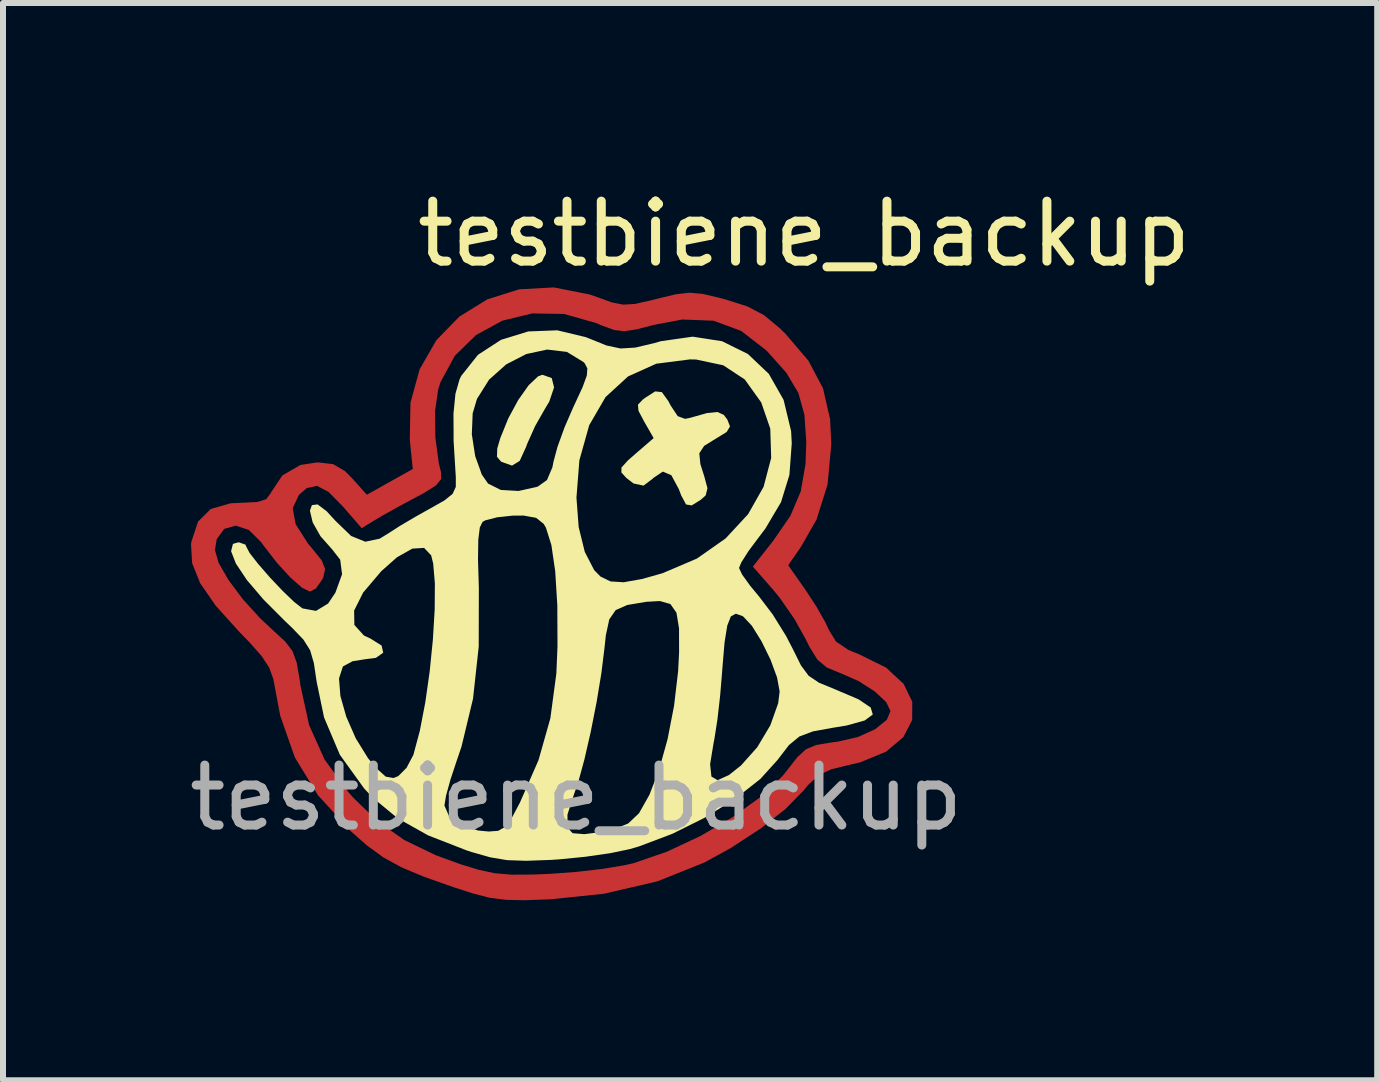
<source format=kicad_pcb>
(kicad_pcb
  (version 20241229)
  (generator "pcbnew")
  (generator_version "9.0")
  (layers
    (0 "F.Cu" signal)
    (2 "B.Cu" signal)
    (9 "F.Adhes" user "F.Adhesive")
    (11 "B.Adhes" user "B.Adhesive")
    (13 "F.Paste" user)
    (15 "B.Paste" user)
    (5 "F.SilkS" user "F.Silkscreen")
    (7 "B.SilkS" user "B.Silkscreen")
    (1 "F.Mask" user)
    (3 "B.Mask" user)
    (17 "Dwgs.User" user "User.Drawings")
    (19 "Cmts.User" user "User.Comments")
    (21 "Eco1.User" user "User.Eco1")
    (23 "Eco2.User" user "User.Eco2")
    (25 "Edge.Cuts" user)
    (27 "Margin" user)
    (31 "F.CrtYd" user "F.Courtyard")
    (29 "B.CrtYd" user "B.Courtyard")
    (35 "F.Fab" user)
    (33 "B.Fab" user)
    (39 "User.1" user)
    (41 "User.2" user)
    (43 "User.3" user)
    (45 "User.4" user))
  (footprint "testbiene_backup"
    (layer "F.Cu")
    (at 6.554 7.748)
    (property "Reference" "testbiene_backup" (at 3.8 -6.9 0) (unlocked yes) (layer "F.SilkS") (effects (font (size 1 1) (thickness 0.15))))
    (attr smd)
    (fp_poly (pts (xy -0.407 -4.496) (xy -0.368 -4.34) (xy -0.448 -4.104) (xy -0.522 -3.98) (xy -0.683 -3.697) (xy -0.816 -3.4) (xy -0.835 -3.347) (xy -0.941 -3.115) (xy -1.069 -3.037) (xy -1.244 -3.099) (xy -1.253 -3.105) (xy -1.32 -3.184) (xy -1.315 -3.323) (xy -1.264 -3.496) (xy -1.131 -3.824) (xy -0.965 -4.131) (xy -0.791 -4.377) (xy -0.634 -4.525) (xy -0.563 -4.551)) (stroke (width 0) (type solid)) (fill yes) (layer "F.SilkS"))
    (fp_poly (pts (xy 1.429 -4.261) (xy 1.537 -4.112) (xy 1.576 -4.037) (xy 1.693 -3.861) (xy 1.815 -3.816) (xy 1.896 -3.832) (xy 2.183 -3.913) (xy 2.356 -3.93) (xy 2.461 -3.882) (xy 2.519 -3.806) (xy 2.565 -3.69) (xy 2.509 -3.597) (xy 2.328 -3.486) (xy 2.133 -3.365) (xy 2.053 -3.242) (xy 2.071 -3.061) (xy 2.135 -2.86) (xy 2.189 -2.659) (xy 2.159 -2.54) (xy 2.076 -2.466) (xy 1.926 -2.373) (xy 1.832 -2.389) (xy 1.752 -2.538) (xy 1.71 -2.648) (xy 1.587 -2.876) (xy 1.445 -2.937) (xy 1.286 -2.83) (xy 1.275 -2.818) (xy 1.123 -2.703) (xy 0.956 -2.739) (xy 0.838 -2.83) (xy 0.754 -2.922) (xy 0.756 -3.005) (xy 0.863 -3.123) (xy 0.988 -3.233) (xy 1.292 -3.495) (xy 1.136 -3.767) (xy 1.039 -3.95) (xy 1.03 -4.052) (xy 1.112 -4.138) (xy 1.149 -4.166) (xy 1.318 -4.274)) (stroke (width 0) (type solid)) (fill yes) (layer "F.SilkS"))
    (fp_poly (pts (xy 0.161 -5.178) (xy 0.216 -5.156) (xy 0.506 -5.039) (xy 0.741 -4.989) (xy 0.986 -5.004) (xy 1.307 -5.08) (xy 1.415 -5.111) (xy 1.943 -5.186) (xy 2.432 -5.11) (xy 2.862 -4.898) (xy 3.211 -4.567) (xy 3.458 -4.133) (xy 3.583 -3.613) (xy 3.594 -3.41) (xy 3.555 -2.881) (xy 3.415 -2.427) (xy 3.153 -1.985) (xy 3.047 -1.845) (xy 2.873 -1.612) (xy 2.753 -1.423) (xy 2.715 -1.33) (xy 2.767 -1.22) (xy 2.903 -1.031) (xy 3.048 -0.856) (xy 3.275 -0.558) (xy 3.498 -0.199) (xy 3.611 0.019) (xy 3.748 0.295) (xy 3.875 0.466) (xy 4.047 0.582) (xy 4.317 0.693) (xy 4.333 0.7) (xy 4.705 0.858) (xy 4.909 0.995) (xy 4.945 1.112) (xy 4.812 1.211) (xy 4.512 1.295) (xy 4.281 1.333) (xy 3.946 1.394) (xy 3.721 1.479) (xy 3.547 1.622) (xy 3.366 1.858) (xy 3.359 1.868) (xy 3.07 2.187) (xy 2.654 2.515) (xy 2.152 2.828) (xy 1.604 3.101) (xy 1.048 3.311) (xy 0.89 3.357) (xy 0.568 3.424) (xy 0.151 3.484) (xy -0.285 3.527) (xy -0.418 3.536) (xy -0.836 3.551) (xy -1.152 3.54) (xy -1.432 3.493) (xy -1.742 3.405) (xy -1.832 3.375) (xy -2.468 3.127) (xy -2.974 2.843) (xy -3.232 2.63) (xy -2.196 2.63) (xy -2.119 2.806) (xy -1.917 2.954) (xy -1.636 3.046) (xy -1.456 3.063) (xy -1.299 3.051) (xy -1.184 2.986) (xy -1.072 2.834) (xy -1.043 2.78) (xy -0.145 2.78) (xy -0.144 3) (xy -0.058 3.091) (xy 0.137 3.107) (xy 0.415 3.071) (xy 0.704 2.995) (xy 0.867 2.929) (xy 1.048 2.758) (xy 1.223 2.448) (xy 1.385 2.026) (xy 1.408 1.942) (xy 2.233 1.942) (xy 2.255 2.147) (xy 2.358 2.207) (xy 2.546 2.122) (xy 2.748 1.962) (xy 3.019 1.658) (xy 3.237 1.292) (xy 3.368 0.924) (xy 3.392 0.727) (xy 3.349 0.495) (xy 3.24 0.198) (xy 3.09 -0.108) (xy 2.929 -0.367) (xy 2.784 -0.522) (xy 2.776 -0.527) (xy 2.662 -0.568) (xy 2.579 -0.523) (xy 2.519 -0.37) (xy 2.474 -0.091) (xy 2.438 0.335) (xy 2.434 0.394) (xy 2.4 0.8) (xy 2.355 1.195) (xy 2.306 1.511) (xy 2.291 1.587) (xy 2.233 1.942) (xy 1.408 1.942) (xy 1.524 1.523) (xy 1.632 0.968) (xy 1.7 0.39) (xy 1.716 0.079) (xy 1.715 -0.324) (xy 1.672 -0.585) (xy 1.571 -0.729) (xy 1.396 -0.779) (xy 1.166 -0.766) (xy 0.852 -0.713) (xy 0.659 -0.628) (xy 0.552 -0.473) (xy 0.495 -0.207) (xy 0.473 -0.003) (xy 0.421 0.42) (xy 0.341 0.905) (xy 0.243 1.402) (xy 0.137 1.864) (xy 0.034 2.242) (xy -0.037 2.445) (xy -0.145 2.78) (xy -1.043 2.78) (xy -0.937 2.58) (xy -0.627 1.872) (xy -0.43 1.176) (xy -0.33 0.429) (xy -0.311 -0.021) (xy -0.314 -0.707) (xy -0.349 -1.276) (xy -0.413 -1.713) (xy -0.504 -2.003) (xy -0.541 -2.065) (xy -0.667 -2.166) (xy -0.877 -2.204) (xy -1.055 -2.203) (xy -1.316 -2.175) (xy -1.512 -2.125) (xy -1.56 -2.099) (xy -1.606 -2.005) (xy -1.631 -1.803) (xy -1.636 -1.473) (xy -1.622 -0.997) (xy -1.624 -0.02) (xy -1.719 0.849) (xy -1.911 1.647) (xy -1.994 1.892) (xy -2.096 2.2) (xy -2.169 2.466) (xy -2.196 2.63) (xy -3.232 2.63) (xy -3.39 2.499) (xy -3.534 2.345) (xy -3.939 1.783) (xy -4.202 1.162) (xy -4.325 0.57) (xy -4.334 0.512) (xy -3.953 0.512) (xy -3.93 0.803) (xy -3.832 1.149) (xy -3.674 1.509) (xy -3.469 1.841) (xy -3.336 2.003) (xy -3.174 2.148) (xy -3.044 2.171) (xy -2.965 2.139) (xy -2.827 2.001) (xy -2.714 1.786) (xy -2.71 1.773) (xy -2.606 1.385) (xy -2.515 0.912) (xy -2.441 0.391) (xy -2.388 -0.138) (xy -2.358 -0.639) (xy -2.355 -1.074) (xy -2.383 -1.404) (xy -2.417 -1.541) (xy -2.535 -1.665) (xy -2.73 -1.653) (xy -2.985 -1.51) (xy -3.248 -1.277) (xy -3.551 -0.92) (xy -3.701 -0.62) (xy -3.697 -0.381) (xy -3.538 -0.205) (xy -3.426 -0.152) (xy -3.243 -0.037) (xy -3.216 0.082) (xy -3.338 0.168) (xy -3.498 0.188) (xy -3.726 0.224) (xy -3.885 0.31) (xy -3.89 0.316) (xy -3.953 0.512) (xy -4.334 0.512) (xy -4.372 0.255) (xy -4.435 0.04) (xy -4.546 -0.136) (xy -4.737 -0.335) (xy -4.855 -0.447) (xy -5.214 -0.807) (xy -5.49 -1.131) (xy -5.672 -1.404) (xy -5.752 -1.61) (xy -5.721 -1.732) (xy -5.625 -1.759) (xy -5.512 -1.719) (xy -5.498 -1.684) (xy -5.443 -1.58) (xy -5.3 -1.397) (xy -5.107 -1.175) (xy -4.896 -0.952) (xy -4.705 -0.768) (xy -4.568 -0.66) (xy -4.563 -0.657) (xy -4.337 -0.615) (xy -4.135 -0.737) (xy -4.013 -0.919) (xy -3.902 -1.226) (xy -3.933 -1.468) (xy -4.067 -1.64) (xy -4.261 -1.859) (xy -4.392 -2.09) (xy -4.438 -2.285) (xy -4.405 -2.378) (xy -4.31 -2.39) (xy -4.159 -2.276) (xy -4.01 -2.114) (xy -3.751 -1.864) (xy -3.515 -1.768) (xy -3.276 -1.818) (xy -3.129 -1.908) (xy -2.942 -2.029) (xy -2.672 -2.188) (xy -2.454 -2.31) (xy -2.197 -2.455) (xy -2.137 -2.503) (xy 0.005 -2.503) (xy 0.042 -2.013) (xy 0.144 -1.598) (xy 0.301 -1.294) (xy 0.405 -1.188) (xy 0.572 -1.106) (xy 0.792 -1.092) (xy 1.101 -1.147) (xy 1.44 -1.243) (xy 2.013 -1.487) (xy 2.492 -1.823) (xy 2.867 -2.228) (xy 3.124 -2.682) (xy 3.251 -3.164) (xy 3.236 -3.652) (xy 3.085 -4.09) (xy 2.811 -4.472) (xy 2.452 -4.709) (xy 2 -4.805) (xy 1.895 -4.807) (xy 1.335 -4.735) (xy 0.865 -4.523) (xy 0.49 -4.179) (xy 0.218 -3.711) (xy 0.054 -3.126) (xy 0.005 -2.503) (xy -2.137 -2.503) (xy -2.059 -2.566) (xy -2.006 -2.682) (xy -2.006 -2.845) (xy -2.007 -2.86) (xy -2.043 -3.452) (xy -2.043 -3.558) (xy -1.739 -3.558) (xy -1.683 -3.195) (xy -1.572 -2.886) (xy -1.468 -2.737) (xy -1.256 -2.631) (xy -0.959 -2.614) (xy -0.643 -2.685) (xy -0.486 -2.796) (xy -0.396 -3.008) (xy -0.377 -3.104) (xy -0.311 -3.35) (xy -0.192 -3.678) (xy -0.044 -4.019) (xy -0.034 -4.039) (xy 0.107 -4.344) (xy 0.178 -4.538) (xy 0.187 -4.657) (xy 0.143 -4.741) (xy 0.122 -4.763) (xy -0.154 -4.932) (xy -0.484 -4.971) (xy -0.832 -4.896) (xy -1.166 -4.724) (xy -1.451 -4.47) (xy -1.653 -4.149) (xy -1.725 -3.907) (xy -1.739 -3.558) (xy -2.043 -3.558) (xy -2.045 -3.902) (xy -2.012 -4.235) (xy -1.943 -4.476) (xy -1.915 -4.533) (xy -1.637 -4.883) (xy -1.253 -5.133) (xy -0.799 -5.273) (xy -0.315 -5.292)) (stroke (width 0) (type solid)) (fill yes) (layer "F.SilkS"))
    (fp_text user "${REFERENCE}" (at 0 2.5 0) (unlocked yes) (layer "F.Fab") (effects (font (size 1 1) (thickness 0.15))))
    (pad "1" smd custom (at -5.09 -2.14 180) (size 0.456 0.456) (layers "F.Cu" "F.Mask" "F.Paste") (options (anchor circle)) (primitives (gr_poly (pts (xy -0.276 -0.114) (xy -0.267 -0.158) (xy -0.242 -0.195) (xy -0.205 -0.219) (xy -0.162 -0.228) (xy 0.162 -0.228) (xy 0.205 -0.219) (xy 0.242 -0.195) (xy 0.267 -0.158) (xy 0.276 -0.114) (xy 0.276 0.114) (xy 0.267 0.158) (xy 0.242 0.195) (xy 0.205 0.219) (xy 0.162 0.228) (xy -0.162 0.228) (xy -0.205 0.219) (xy -0.242 0.195) (xy -0.267 0.158) (xy -0.276 0.114)) (width 0) (fill yes)) (gr_poly (pts (xy -5.317 3.749) (xy -5.44 3.706) (xy -5.686 3.617) (xy -5.872 3.58) (xy -6.065 3.591) (xy -6.332 3.65) (xy -6.445 3.679) (xy -6.751 3.752) (xy -6.976 3.779) (xy -7.194 3.76) (xy -7.477 3.694) (xy -7.585 3.665) (xy -7.948 3.549) (xy -8.221 3.405) (xy -8.483 3.188) (xy -8.576 3.098) (xy -8.962 2.645) (xy -9.205 2.185) (xy -9.323 1.67) (xy -9.343 1.251) (xy -9.281 0.582) (xy -9.098 -0.000221) (xy -8.839 -0.455) (xy -8.625 -0.765) (xy -8.913 -1.175) (xy -9.093 -1.45) (xy -9.243 -1.714) (xy -9.304 -1.845) (xy -9.421 -2.035) (xy -9.626 -2.175) (xy -9.814 -2.252) (xy -10.257 -2.471) (xy -10.549 -2.742) (xy -10.693 -3.04) (xy -10.691 -3.344) (xy -10.545 -3.628) (xy -10.257 -3.871) (xy -9.828 -4.049) (xy -9.655 -4.089) (xy -9.343 -4.165) (xy -9.133 -4.264) (xy -8.959 -4.424) (xy -8.879 -4.521) (xy -8.582 -4.825) (xy -8.165 -5.153) (xy -7.667 -5.478) (xy -7.226 -5.72) (xy -6.445 -6.033) (xy -5.555 -6.24) (xy -4.657 -6.333) (xy -4.235 -6.348) (xy -3.92 -6.342) (xy -3.652 -6.308) (xy -3.371 -6.236) (xy -3.049 -6.132) (xy -2.553 -5.957) (xy -2.177 -5.799) (xy -1.876 -5.634) (xy -1.605 -5.437) (xy -1.332 -5.196) (xy -0.788 -4.6) (xy -0.401 -3.968) (xy -0.158 -3.276) (xy -0.086 -2.896) (xy -0.042 -2.659) (xy 0.027 -2.47) (xy 0.149 -2.283) (xy 0.351 -2.054) (xy 0.523 -1.877) (xy 0.918 -1.439) (xy 1.177 -1.064) (xy 1.311 -0.731) (xy 1.324 -0.512) (xy 0.931 -0.512) (xy 0.87 -0.723) (xy 0.707 -1.007) (xy 0.468 -1.328) (xy 0.178 -1.648) (xy -0.041 -1.853) (xy -0.242 -2.038) (xy -0.363 -2.197) (xy -0.433 -2.392) (xy -0.483 -2.682) (xy -0.495 -2.772) (xy -0.639 -3.429) (xy -0.897 -4.004) (xy -1.294 -4.548) (xy -1.379 -4.643) (xy -1.787 -5.038) (xy -2.226 -5.345) (xy -2.748 -5.597) (xy -3.158 -5.747) (xy -3.466 -5.841) (xy -3.731 -5.898) (xy -4.013 -5.922) (xy -4.369 -5.92) (xy -4.657 -5.908) (xy -5.096 -5.876) (xy -5.535 -5.825) (xy -5.906 -5.763) (xy -6.05 -5.73) (xy -6.601 -5.54) (xy -7.167 -5.275) (xy -7.704 -4.96) (xy -8.171 -4.621) (xy -8.525 -4.283) (xy -8.595 -4.197) (xy -8.776 -3.965) (xy -8.92 -3.832) (xy -9.089 -3.761) (xy -9.346 -3.718) (xy -9.45 -3.705) (xy -9.788 -3.627) (xy -10.074 -3.498) (xy -10.268 -3.341) (xy -10.33 -3.195) (xy -10.257 -3.044) (xy -10.067 -2.867) (xy -9.801 -2.697) (xy -9.502 -2.565) (xy -9.49 -2.561) (xy -9.266 -2.468) (xy -9.111 -2.337) (xy -8.976 -2.118) (xy -8.915 -1.994) (xy -8.728 -1.66) (xy -8.49 -1.316) (xy -8.369 -1.167) (xy -8.035 -0.787) (xy -8.371 -0.362) (xy -8.661 0.059) (xy -8.834 0.467) (xy -8.914 0.927) (xy -8.926 1.293) (xy -8.895 1.745) (xy -8.794 2.108) (xy -8.597 2.44) (xy -8.279 2.798) (xy -8.259 2.818) (xy -7.841 3.142) (xy -7.38 3.312) (xy -6.859 3.332) (xy -6.393 3.244) (xy -6.094 3.167) (xy -5.893 3.137) (xy -5.726 3.157) (xy -5.529 3.228) (xy -5.423 3.273) (xy -4.89 3.424) (xy -4.36 3.434) (xy -3.861 3.313) (xy -3.421 3.073) (xy -3.067 2.727) (xy -2.828 2.286) (xy -2.789 2.162) (xy -2.738 1.802) (xy -2.743 1.366) (xy -2.8 0.939) (xy -2.838 0.784) (xy -2.84 0.672) (xy -2.753 0.566) (xy -2.549 0.437) (xy -2.439 0.379) (xy -2.148 0.223) (xy -1.88 0.074) (xy -1.753 -0.001) (xy -1.515 -0.146) (xy -1.202 0.215) (xy -0.961 0.459) (xy -0.77 0.559) (xy -0.601 0.523) (xy -0.469 0.408) (xy -0.365 0.187) (xy -0.414 -0.08) (xy -0.619 -0.401) (xy -0.691 -0.487) (xy -0.85 -0.685) (xy -0.905 -0.824) (xy -0.876 -0.963) (xy -0.861 -0.996) (xy -0.753 -1.151) (xy -0.654 -1.204) (xy -0.522 -1.14) (xy -0.326 -0.968) (xy -0.101 -0.722) (xy 0.122 -0.434) (xy 0.161 -0.379) (xy 0.366 -0.176) (xy 0.584 -0.104) (xy 0.776 -0.158) (xy 0.902 -0.33) (xy 0.931 -0.512) (xy 1.324 -0.512) (xy 1.33 -0.42) (xy 1.324 -0.373) (xy 1.213 -0.037) (xy 1.002 0.173) (xy 0.674 0.268) (xy 0.494 0.277) (xy 0.224 0.29) (xy 0.076 0.337) (xy 0.002 0.436) (xy -0.002 0.447) (xy -0.193 0.733) (xy -0.493 0.907) (xy -0.778 0.951) (xy -1.039 0.921) (xy -1.238 0.804) (xy -1.36 0.681) (xy -1.601 0.411) (xy -1.984 0.626) (xy -2.367 0.84) (xy -2.317 1.326) (xy -2.328 1.945) (xy -2.482 2.504) (xy -2.76 2.987) (xy -3.142 3.38) (xy -3.609 3.668) (xy -4.14 3.835) (xy -4.716 3.867)) (width 0) (fill yes)))))
  (gr_rect
    (start -3 -3)
    (end 19.907 14.957)
    (stroke (width 0.1) (type default))
    (fill no)
    (layer "Edge.Cuts")))
</source>
